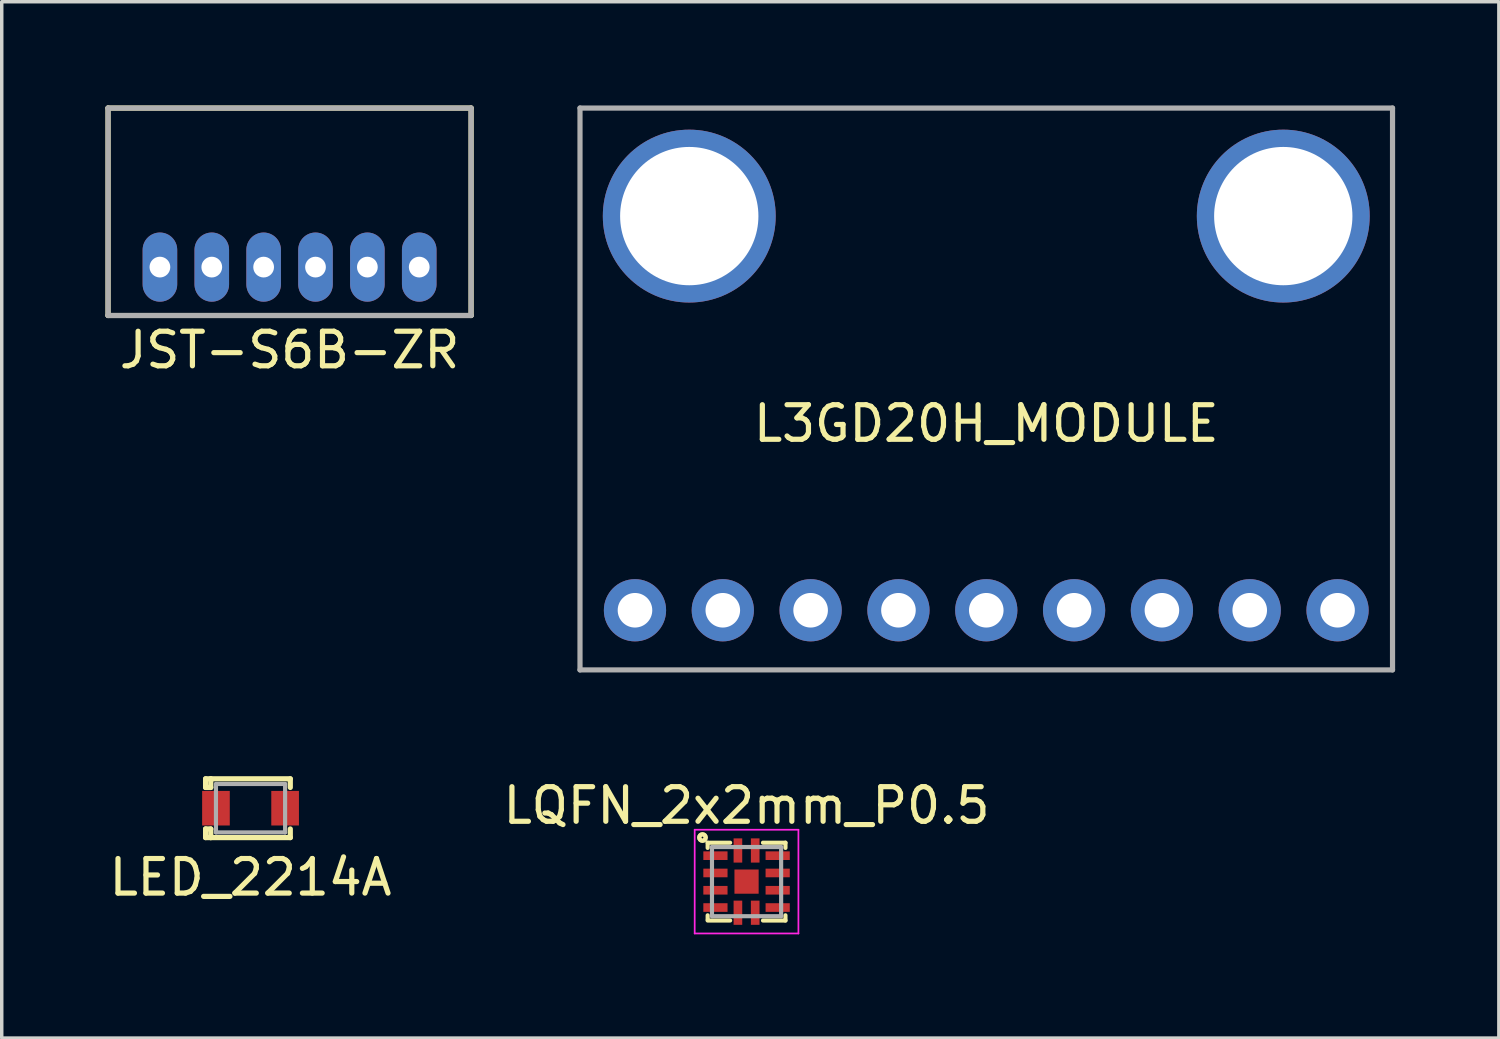
<source format=kicad_pcb>
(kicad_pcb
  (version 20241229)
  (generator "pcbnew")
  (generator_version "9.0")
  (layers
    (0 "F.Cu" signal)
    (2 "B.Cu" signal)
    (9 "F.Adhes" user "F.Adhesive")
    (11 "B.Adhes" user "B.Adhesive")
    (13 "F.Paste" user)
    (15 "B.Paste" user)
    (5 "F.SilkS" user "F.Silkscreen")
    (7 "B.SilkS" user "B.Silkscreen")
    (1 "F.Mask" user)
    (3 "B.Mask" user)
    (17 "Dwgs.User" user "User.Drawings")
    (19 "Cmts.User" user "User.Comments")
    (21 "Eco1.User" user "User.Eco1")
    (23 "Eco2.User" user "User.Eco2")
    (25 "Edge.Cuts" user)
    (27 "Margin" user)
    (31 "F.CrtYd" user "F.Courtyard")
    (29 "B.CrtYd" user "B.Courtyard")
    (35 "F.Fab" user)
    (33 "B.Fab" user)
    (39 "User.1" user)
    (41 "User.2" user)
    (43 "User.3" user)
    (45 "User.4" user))
  (footprint "L3GD20H_MODULE"
    (layer "F.Cu")
    (at 25.475 8.2)
    (property "Reference" "L3GD20H_MODULE" (at 0 1 0) (layer "F.SilkS") (effects (font (size 1 1) (thickness 0.15))))
    (attr through_hole)
    (fp_line (start -11.75 -8.125) (end 11.75 -8.125) (stroke (width 0.15) (type solid)) (layer "F.Fab"))
    (fp_line (start -11.75 8.125) (end -11.75 -8.125) (stroke (width 0.15) (type solid)) (layer "F.Fab"))
    (fp_line (start 11.75 -8.125) (end 11.75 8.125) (stroke (width 0.15) (type solid)) (layer "F.Fab"))
    (fp_line (start 11.75 8.125) (end -11.75 8.125) (stroke (width 0.15) (type solid)) (layer "F.Fab"))
    (pad "1" thru_hole circle (at -10.16 6.4) (size 1.8 1.8) (drill 1) (layers "*.Cu" "*.Mask"))
    (pad "2" thru_hole circle (at -7.62 6.4) (size 1.8 1.8) (drill 1) (layers "*.Cu" "*.Mask"))
    (pad "3" thru_hole circle (at -5.08 6.4) (size 1.8 1.8) (drill 1) (layers "*.Cu" "*.Mask"))
    (pad "4" thru_hole circle (at -2.54 6.4) (size 1.8 1.8) (drill 1) (layers "*.Cu" "*.Mask"))
    (pad "5" thru_hole circle (at 0 6.4) (size 1.8 1.8) (drill 1) (layers "*.Cu" "*.Mask"))
    (pad "6" thru_hole circle (at 2.54 6.4) (size 1.8 1.8) (drill 1) (layers "*.Cu" "*.Mask"))
    (pad "7" thru_hole circle (at 5.08 6.4) (size 1.8 1.8) (drill 1) (layers "*.Cu" "*.Mask"))
    (pad "8" thru_hole circle (at 7.62 6.4) (size 1.8 1.8) (drill 1) (layers "*.Cu" "*.Mask"))
    (pad "9" thru_hole circle (at 10.16 6.4) (size 1.8 1.8) (drill 1) (layers "*.Cu" "*.Mask"))
    (pad "~" thru_hole circle (at -8.59 -5) (size 5 5) (drill 4) (layers "*.Cu" "*.Mask"))
    (pad "~" thru_hole circle (at 8.59 -5) (size 5 5) (drill 4) (layers "*.Cu" "*.Mask")))
  (footprint "JST-S6B-ZR"
    (layer "F.Cu")
    (at 5.325 4.675)
    (property "Reference" "JST-S6B-ZR" (at 0 2.4 0) (layer "F.SilkS") (effects (font (size 1 1) (thickness 0.15))))
    (attr through_hole)
    (fp_line (start -5.25 -4.6) (end 5.25 -4.6) (stroke (width 0.15) (type solid)) (layer "F.SilkS"))
    (fp_line (start -5.25 1.4) (end -5.25 -4.6) (stroke (width 0.15) (type solid)) (layer "F.SilkS"))
    (fp_line (start 5.25 -4.6) (end 5.25 1.4) (stroke (width 0.15) (type solid)) (layer "F.SilkS"))
    (fp_line (start 5.25 1.4) (end -5.25 1.4) (stroke (width 0.15) (type solid)) (layer "F.SilkS"))
    (fp_line (start -5.25 -4.6) (end 5.25 -4.6) (stroke (width 0.15) (type solid)) (layer "F.Fab"))
    (fp_line (start -5.25 1.4) (end -5.25 -4.6) (stroke (width 0.15) (type solid)) (layer "F.Fab"))
    (fp_line (start 5.25 -4.6) (end 5.25 1.4) (stroke (width 0.15) (type solid)) (layer "F.Fab"))
    (fp_line (start 5.25 1.4) (end -5.25 1.4) (stroke (width 0.15) (type solid)) (layer "F.Fab"))
    (pad "1" thru_hole oval (at -3.75 0) (size 1 2) (drill 0.6) (layers "*.Cu" "*.Mask"))
    (pad "2" thru_hole oval (at -2.25 0) (size 1 2) (drill 0.6) (layers "*.Cu" "*.Mask"))
    (pad "3" thru_hole oval (at -0.75 0) (size 1 2) (drill 0.6) (layers "*.Cu" "*.Mask"))
    (pad "4" thru_hole oval (at 0.75 0) (size 1 2) (drill 0.6) (layers "*.Cu" "*.Mask"))
    (pad "5" thru_hole oval (at 2.25 0) (size 1 2) (drill 0.6) (layers "*.Cu" "*.Mask"))
    (pad "6" thru_hole oval (at 3.75 0) (size 1 2) (drill 0.6) (layers "*.Cu" "*.Mask")))
  (footprint "LQFN_2x2mm_P0.5"
    (layer "F.Cu")
    (at 18.542 22.448)
    (property "Reference" "LQFN_2x2mm_P0.5" (at 0 -2.2 0) (layer "F.SilkS") (effects (font (size 1 1) (thickness 0.15))))
    (attr through_hole)
    (fp_line (start -1.125 -1.125) (end -1.125 -0.975) (stroke (width 0.12) (type solid)) (layer "F.SilkS"))
    (fp_line (start -1.125 1.1) (end -1.125 0.975) (stroke (width 0.12) (type solid)) (layer "F.SilkS"))
    (fp_line (start -0.475 -1.125) (end -1.125 -1.125) (stroke (width 0.12) (type solid)) (layer "F.SilkS"))
    (fp_line (start -0.475 1.125) (end -1.125 1.125) (stroke (width 0.12) (type solid)) (layer "F.SilkS"))
    (fp_line (start 0.475 -1.125) (end 1.125 -1.125) (stroke (width 0.12) (type solid)) (layer "F.SilkS"))
    (fp_line (start 0.475 1.125) (end 1.125 1.125) (stroke (width 0.12) (type solid)) (layer "F.SilkS"))
    (fp_line (start 1.125 -1.125) (end 1.125 -0.975) (stroke (width 0.12) (type solid)) (layer "F.SilkS"))
    (fp_line (start 1.125 1.125) (end 1.125 0.975) (stroke (width 0.12) (type solid)) (layer "F.SilkS"))
    (fp_circle (center -1.275 -1.275) (end -1.25 -1.25) (stroke (width 0.12) (type solid)) (fill no) (layer "F.SilkS"))
    (fp_circle (center -1.275 -1.275) (end -1.2 -1.225) (stroke (width 0.12) (type solid)) (fill no) (layer "F.SilkS"))
    (fp_line (start -1.5 -1.5) (end 1.5 -1.5) (stroke (width 0.05) (type solid)) (layer "F.CrtYd"))
    (fp_line (start -1.5 1.5) (end -1.5 -1.5) (stroke (width 0.05) (type solid)) (layer "F.CrtYd"))
    (fp_line (start 1.5 -1.5) (end 1.5 1.5) (stroke (width 0.05) (type solid)) (layer "F.CrtYd"))
    (fp_line (start 1.5 1.5) (end -1.5 1.5) (stroke (width 0.05) (type solid)) (layer "F.CrtYd"))
    (fp_line (start -1 -1) (end 1 -1) (stroke (width 0.12) (type solid)) (layer "F.Fab"))
    (fp_line (start -1 1) (end -1 -1) (stroke (width 0.12) (type solid)) (layer "F.Fab"))
    (fp_line (start 1 -1) (end 1 1) (stroke (width 0.12) (type solid)) (layer "F.Fab"))
    (fp_line (start 1 1) (end -1 1) (stroke (width 0.12) (type solid)) (layer "F.Fab"))
    (pad "1" smd rect (at -0.9 -0.75) (size 0.7 0.25) (layers "F.Cu" "F.Mask" "F.Paste"))
    (pad "2" smd rect (at -0.9 -0.25) (size 0.7 0.25) (layers "F.Cu" "F.Mask" "F.Paste"))
    (pad "3" smd rect (at -0.9 0.25) (size 0.7 0.25) (layers "F.Cu" "F.Mask" "F.Paste"))
    (pad "4" smd rect (at -0.9 0.75) (size 0.7 0.25) (layers "F.Cu" "F.Mask" "F.Paste"))
    (pad "5" smd rect (at -0.25 0.9 90) (size 0.7 0.25) (layers "F.Cu" "F.Mask" "F.Paste"))
    (pad "6" smd rect (at 0.25 0.9 90) (size 0.7 0.25) (layers "F.Cu" "F.Mask" "F.Paste"))
    (pad "7" smd rect (at 0.9 0.75) (size 0.7 0.25) (layers "F.Cu" "F.Mask" "F.Paste"))
    (pad "8" smd rect (at 0.9 0.25) (size 0.7 0.25) (layers "F.Cu" "F.Mask" "F.Paste"))
    (pad "9" smd rect (at 0.9 -0.25) (size 0.7 0.25) (layers "F.Cu" "F.Mask" "F.Paste"))
    (pad "10" smd rect (at 0.9 -0.75) (size 0.7 0.25) (layers "F.Cu" "F.Mask" "F.Paste"))
    (pad "11" smd rect (at 0.25 -0.9 90) (size 0.7 0.25) (layers "F.Cu" "F.Mask" "F.Paste"))
    (pad "12" smd rect (at -0.25 -0.9 90) (size 0.7 0.25) (layers "F.Cu" "F.Mask" "F.Paste"))
    (pad "13" smd rect (at 0 0 90) (size 0.7 0.7) (layers "F.Cu" "F.Mask" "F.Paste")))
  (footprint "LED_2214A"
    (layer "F.Cu")
    (at 4.196 20.325)
    (property "Reference" "LED_2214A" (at 0 2 0) (layer "F.SilkS") (effects (font (size 1 1) (thickness 0.15))))
    (attr through_hole)
    (fp_line (start -1.3 -0.85) (end -1.3 -0.6) (stroke (width 0.15) (type solid)) (layer "F.SilkS"))
    (fp_line (start -1.3 -0.6) (end -1.15 -0.6) (stroke (width 0.15) (type solid)) (layer "F.SilkS"))
    (fp_line (start -1.3 0.6) (end -1.15 0.6) (stroke (width 0.15) (type solid)) (layer "F.SilkS"))
    (fp_line (start -1.3 0.85) (end -1.3 0.6) (stroke (width 0.15) (type solid)) (layer "F.SilkS"))
    (fp_line (start -1.15 -0.85) (end -1.3 -0.85) (stroke (width 0.15) (type solid)) (layer "F.SilkS"))
    (fp_line (start -1.15 -0.85) (end 1.15 -0.85) (stroke (width 0.15) (type solid)) (layer "F.SilkS"))
    (fp_line (start -1.15 -0.6) (end -1.15 -0.85) (stroke (width 0.15) (type solid)) (layer "F.SilkS"))
    (fp_line (start -1.15 0.6) (end -1.15 0.85) (stroke (width 0.15) (type solid)) (layer "F.SilkS"))
    (fp_line (start -1.15 0.85) (end -1.3 0.85) (stroke (width 0.15) (type solid)) (layer "F.SilkS"))
    (fp_line (start -1.15 0.85) (end 1.15 0.85) (stroke (width 0.15) (type solid)) (layer "F.SilkS"))
    (fp_line (start 1.15 -0.85) (end 1.15 -0.6) (stroke (width 0.15) (type solid)) (layer "F.SilkS"))
    (fp_line (start 1.15 0.85) (end 1.15 0.6) (stroke (width 0.15) (type solid)) (layer "F.SilkS"))
    (fp_line (start -1 -0.7) (end -1 0.7) (stroke (width 0.12) (type solid)) (layer "F.Fab"))
    (fp_line (start -1 0.7) (end 1 0.7) (stroke (width 0.12) (type solid)) (layer "F.Fab"))
    (fp_line (start 1 -0.7) (end -1 -0.7) (stroke (width 0.12) (type solid)) (layer "F.Fab"))
    (fp_line (start 1 0.7) (end 1 -0.7) (stroke (width 0.12) (type solid)) (layer "F.Fab"))
    (pad "1" smd rect (at -1 0) (size 0.8 1) (layers "F.Cu" "F.Mask" "F.Paste"))
    (pad "2" smd rect (at 1 0) (size 0.8 1) (layers "F.Cu" "F.Mask" "F.Paste")))
  (gr_rect
    (start -3 -3)
    (end 40.3 26.973)
    (stroke (width 0.1) (type default))
    (fill no)
    (layer "Edge.Cuts")))
</source>
